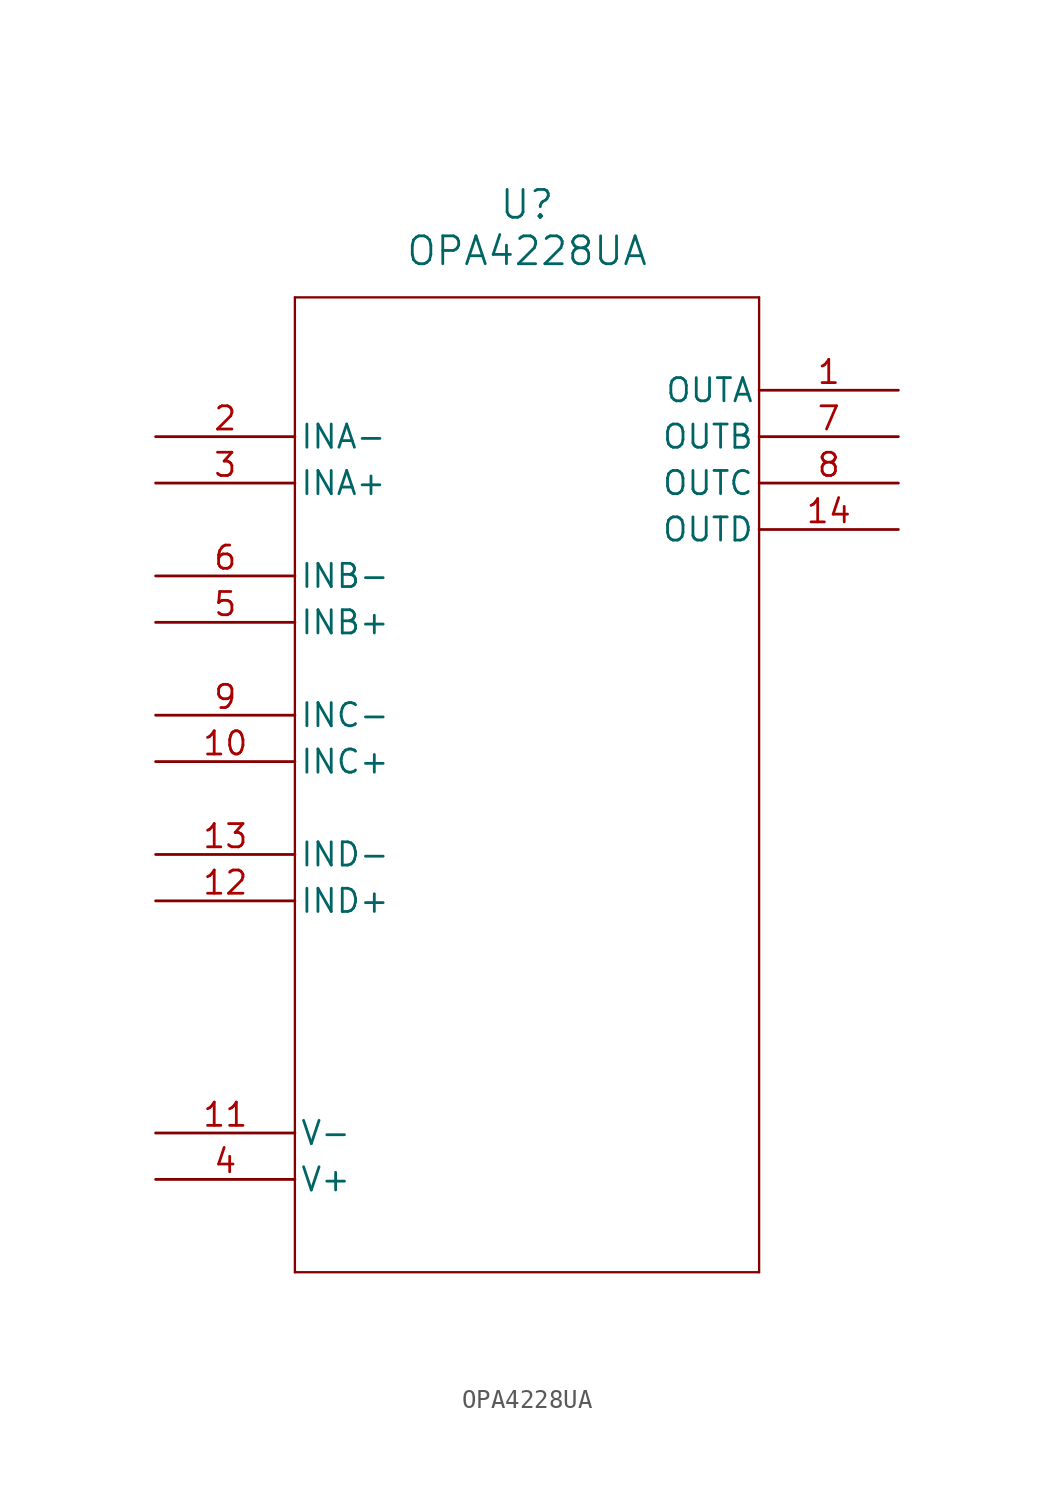
<source format=kicad_sym>
(kicad_symbol_lib
  (version 20211014)
  (generator kicad_symbol_editor)
  (symbol "OPA4228UA"
    (pin_names
      (offset 0.254))
    (property "Reference" "U"
      (at 20.32 12.7 0)
      (effects (font (size 1.524 1.524))))
    (property "Value" "OPA4228UA"
      (at 20.32 10.16 0)
      (effects (font (size 1.524 1.524))))
    (symbol "OPA4228UA_0_1"
      (polyline (pts (xy 7.62 7.62) (xy 7.62 -45.72)) (stroke (width 0.127) (type default) (color 0 0 0 0)) (fill (type none)))
      (polyline (pts (xy 7.62 -45.72) (xy 33.02 -45.72)) (stroke (width 0.127) (type default) (color 0 0 0 0)) (fill (type none)))
      (polyline (pts (xy 33.02 -45.72) (xy 33.02 7.62)) (stroke (width 0.127) (type default) (color 0 0 0 0)) (fill (type none)))
      (polyline (pts (xy 33.02 7.62) (xy 7.62 7.62)) (stroke (width 0.127) (type default) (color 0 0 0 0)) (fill (type none)))
      (pin output line (at 40.64 2.54 180) (length 7.62) (name "OUTA" (effects (font (size 1.27 1.27)))) (number "1" (effects (font (size 1.27 1.27)))))
      (pin input line (at 0 0 0) (length 7.62) (name "INA-" (effects (font (size 1.27 1.27)))) (number "2" (effects (font (size 1.27 1.27)))))
      (pin input line (at 0 -2.54 0) (length 7.62) (name "INA+" (effects (font (size 1.27 1.27)))) (number "3" (effects (font (size 1.27 1.27)))))
      (pin power_in line (at 0 -40.64 0) (length 7.62) (name "V+" (effects (font (size 1.27 1.27)))) (number "4" (effects (font (size 1.27 1.27)))))
      (pin input line (at 0 -10.16 0) (length 7.62) (name "INB+" (effects (font (size 1.27 1.27)))) (number "5" (effects (font (size 1.27 1.27)))))
      (pin input line (at 0 -7.62 0) (length 7.62) (name "INB-" (effects (font (size 1.27 1.27)))) (number "6" (effects (font (size 1.27 1.27)))))
      (pin output line (at 40.64 0 180) (length 7.62) (name "OUTB" (effects (font (size 1.27 1.27)))) (number "7" (effects (font (size 1.27 1.27)))))
      (pin output line (at 40.64 -2.54 180) (length 7.62) (name "OUTC" (effects (font (size 1.27 1.27)))) (number "8" (effects (font (size 1.27 1.27)))))
      (pin input line (at 0 -15.24 0) (length 7.62) (name "INC-" (effects (font (size 1.27 1.27)))) (number "9" (effects (font (size 1.27 1.27)))))
      (pin input line (at 0 -17.78 0) (length 7.62) (name "INC+" (effects (font (size 1.27 1.27)))) (number "10" (effects (font (size 1.27 1.27)))))
      (pin power_in line (at 0 -38.1 0) (length 7.62) (name "V-" (effects (font (size 1.27 1.27)))) (number "11" (effects (font (size 1.27 1.27)))))
      (pin input line (at 0 -25.4 0) (length 7.62) (name "IND+" (effects (font (size 1.27 1.27)))) (number "12" (effects (font (size 1.27 1.27)))))
      (pin input line (at 0 -22.86 0) (length 7.62) (name "IND-" (effects (font (size 1.27 1.27)))) (number "13" (effects (font (size 1.27 1.27)))))
      (pin output line (at 40.64 -5.08 180) (length 7.62) (name "OUTD" (effects (font (size 1.27 1.27)))) (number "14" (effects (font (size 1.27 1.27))))))))
</source>
